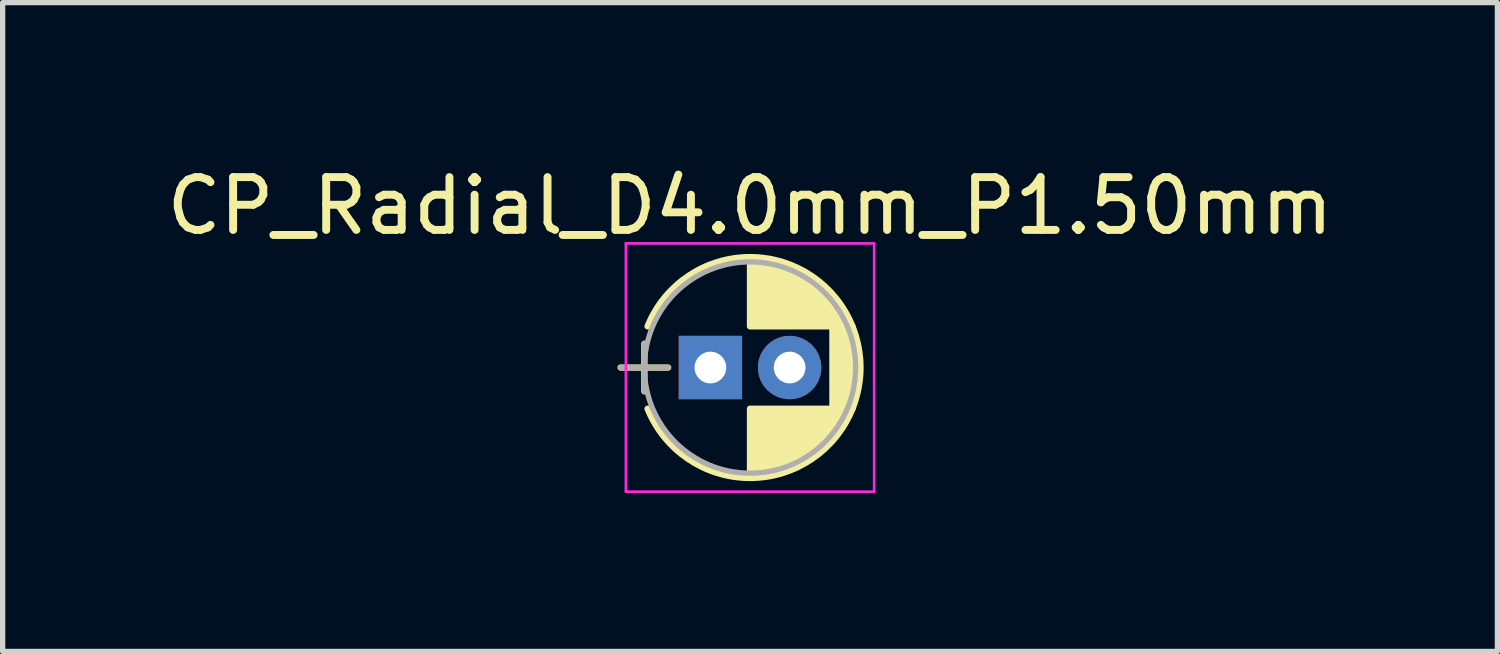
<source format=kicad_pcb>
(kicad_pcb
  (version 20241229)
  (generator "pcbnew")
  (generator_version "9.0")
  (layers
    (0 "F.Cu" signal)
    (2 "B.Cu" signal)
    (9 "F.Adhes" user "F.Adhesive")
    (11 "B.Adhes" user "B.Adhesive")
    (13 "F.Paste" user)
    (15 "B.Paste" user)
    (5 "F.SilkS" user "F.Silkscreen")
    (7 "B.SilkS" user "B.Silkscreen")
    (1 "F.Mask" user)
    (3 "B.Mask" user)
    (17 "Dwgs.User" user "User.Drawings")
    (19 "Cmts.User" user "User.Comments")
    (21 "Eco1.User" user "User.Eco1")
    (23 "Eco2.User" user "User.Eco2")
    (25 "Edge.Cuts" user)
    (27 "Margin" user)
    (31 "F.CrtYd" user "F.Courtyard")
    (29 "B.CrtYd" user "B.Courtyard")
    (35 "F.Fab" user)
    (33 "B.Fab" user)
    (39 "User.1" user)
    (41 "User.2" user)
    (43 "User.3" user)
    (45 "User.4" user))
  (footprint "CP_Radial_D4.0mm_P1.50mm"
    (layer "F.Cu")
    (at 10.399 3.908)
    (property "Reference" "CP_Radial_D4.0mm_P1.50mm" (at 0.75 -3.06 0) (layer "F.SilkS") (effects (font (size 1 1) (thickness 0.15))))
    (attr through_hole)
    (fp_line (start -1.7 0) (end -0.8 0) (stroke (width 0.12) (type solid)) (layer "F.SilkS"))
    (fp_line (start -1.25 -0.45) (end -1.25 0.45) (stroke (width 0.12) (type solid)) (layer "F.SilkS"))
    (fp_line (start 0.75 -2.05) (end 0.75 -0.78) (stroke (width 0.12) (type solid)) (layer "F.SilkS"))
    (fp_line (start 0.75 0.78) (end 0.75 2.05) (stroke (width 0.12) (type solid)) (layer "F.SilkS"))
    (fp_line (start 0.79 -2.05) (end 0.79 -0.78) (stroke (width 0.12) (type solid)) (layer "F.SilkS"))
    (fp_line (start 0.79 0.78) (end 0.79 2.05) (stroke (width 0.12) (type solid)) (layer "F.SilkS"))
    (fp_line (start 0.83 -2.049) (end 0.83 -0.78) (stroke (width 0.12) (type solid)) (layer "F.SilkS"))
    (fp_line (start 0.83 0.78) (end 0.83 2.049) (stroke (width 0.12) (type solid)) (layer "F.SilkS"))
    (fp_line (start 0.87 -2.047) (end 0.87 -0.78) (stroke (width 0.12) (type solid)) (layer "F.SilkS"))
    (fp_line (start 0.87 0.78) (end 0.87 2.047) (stroke (width 0.12) (type solid)) (layer "F.SilkS"))
    (fp_line (start 0.91 -2.044) (end 0.91 -0.78) (stroke (width 0.12) (type solid)) (layer "F.SilkS"))
    (fp_line (start 0.91 0.78) (end 0.91 2.044) (stroke (width 0.12) (type solid)) (layer "F.SilkS"))
    (fp_line (start 0.95 -2.041) (end 0.95 -0.78) (stroke (width 0.12) (type solid)) (layer "F.SilkS"))
    (fp_line (start 0.95 0.78) (end 0.95 2.041) (stroke (width 0.12) (type solid)) (layer "F.SilkS"))
    (fp_line (start 0.99 -2.037) (end 0.99 -0.78) (stroke (width 0.12) (type solid)) (layer "F.SilkS"))
    (fp_line (start 0.99 0.78) (end 0.99 2.037) (stroke (width 0.12) (type solid)) (layer "F.SilkS"))
    (fp_line (start 1.03 -2.032) (end 1.03 -0.78) (stroke (width 0.12) (type solid)) (layer "F.SilkS"))
    (fp_line (start 1.03 0.78) (end 1.03 2.032) (stroke (width 0.12) (type solid)) (layer "F.SilkS"))
    (fp_line (start 1.07 -2.026) (end 1.07 -0.78) (stroke (width 0.12) (type solid)) (layer "F.SilkS"))
    (fp_line (start 1.07 0.78) (end 1.07 2.026) (stroke (width 0.12) (type solid)) (layer "F.SilkS"))
    (fp_line (start 1.11 -2.019) (end 1.11 -0.78) (stroke (width 0.12) (type solid)) (layer "F.SilkS"))
    (fp_line (start 1.11 0.78) (end 1.11 2.019) (stroke (width 0.12) (type solid)) (layer "F.SilkS"))
    (fp_line (start 1.15 -2.012) (end 1.15 -0.78) (stroke (width 0.12) (type solid)) (layer "F.SilkS"))
    (fp_line (start 1.15 0.78) (end 1.15 2.012) (stroke (width 0.12) (type solid)) (layer "F.SilkS"))
    (fp_line (start 1.19 -2.004) (end 1.19 -0.78) (stroke (width 0.12) (type solid)) (layer "F.SilkS"))
    (fp_line (start 1.19 0.78) (end 1.19 2.004) (stroke (width 0.12) (type solid)) (layer "F.SilkS"))
    (fp_line (start 1.23 -1.995) (end 1.23 -0.78) (stroke (width 0.12) (type solid)) (layer "F.SilkS"))
    (fp_line (start 1.23 0.78) (end 1.23 1.995) (stroke (width 0.12) (type solid)) (layer "F.SilkS"))
    (fp_line (start 1.27 -1.985) (end 1.27 -0.78) (stroke (width 0.12) (type solid)) (layer "F.SilkS"))
    (fp_line (start 1.27 0.78) (end 1.27 1.985) (stroke (width 0.12) (type solid)) (layer "F.SilkS"))
    (fp_line (start 1.31 -1.974) (end 1.31 -0.78) (stroke (width 0.12) (type solid)) (layer "F.SilkS"))
    (fp_line (start 1.31 0.78) (end 1.31 1.974) (stroke (width 0.12) (type solid)) (layer "F.SilkS"))
    (fp_line (start 1.35 -1.963) (end 1.35 -0.78) (stroke (width 0.12) (type solid)) (layer "F.SilkS"))
    (fp_line (start 1.35 0.78) (end 1.35 1.963) (stroke (width 0.12) (type solid)) (layer "F.SilkS"))
    (fp_line (start 1.39 -1.95) (end 1.39 -0.78) (stroke (width 0.12) (type solid)) (layer "F.SilkS"))
    (fp_line (start 1.39 0.78) (end 1.39 1.95) (stroke (width 0.12) (type solid)) (layer "F.SilkS"))
    (fp_line (start 1.43 -1.937) (end 1.43 -0.78) (stroke (width 0.12) (type solid)) (layer "F.SilkS"))
    (fp_line (start 1.43 0.78) (end 1.43 1.937) (stroke (width 0.12) (type solid)) (layer "F.SilkS"))
    (fp_line (start 1.471 -1.923) (end 1.471 -0.78) (stroke (width 0.12) (type solid)) (layer "F.SilkS"))
    (fp_line (start 1.471 0.78) (end 1.471 1.923) (stroke (width 0.12) (type solid)) (layer "F.SilkS"))
    (fp_line (start 1.511 -1.907) (end 1.511 -0.78) (stroke (width 0.12) (type solid)) (layer "F.SilkS"))
    (fp_line (start 1.511 0.78) (end 1.511 1.907) (stroke (width 0.12) (type solid)) (layer "F.SilkS"))
    (fp_line (start 1.551 -1.891) (end 1.551 -0.78) (stroke (width 0.12) (type solid)) (layer "F.SilkS"))
    (fp_line (start 1.551 0.78) (end 1.551 1.891) (stroke (width 0.12) (type solid)) (layer "F.SilkS"))
    (fp_line (start 1.591 -1.874) (end 1.591 -0.78) (stroke (width 0.12) (type solid)) (layer "F.SilkS"))
    (fp_line (start 1.591 0.78) (end 1.591 1.874) (stroke (width 0.12) (type solid)) (layer "F.SilkS"))
    (fp_line (start 1.631 -1.856) (end 1.631 -0.78) (stroke (width 0.12) (type solid)) (layer "F.SilkS"))
    (fp_line (start 1.631 0.78) (end 1.631 1.856) (stroke (width 0.12) (type solid)) (layer "F.SilkS"))
    (fp_line (start 1.671 -1.837) (end 1.671 -0.78) (stroke (width 0.12) (type solid)) (layer "F.SilkS"))
    (fp_line (start 1.671 0.78) (end 1.671 1.837) (stroke (width 0.12) (type solid)) (layer "F.SilkS"))
    (fp_line (start 1.711 -1.817) (end 1.711 -0.78) (stroke (width 0.12) (type solid)) (layer "F.SilkS"))
    (fp_line (start 1.711 0.78) (end 1.711 1.817) (stroke (width 0.12) (type solid)) (layer "F.SilkS"))
    (fp_line (start 1.751 -1.796) (end 1.751 -0.78) (stroke (width 0.12) (type solid)) (layer "F.SilkS"))
    (fp_line (start 1.751 0.78) (end 1.751 1.796) (stroke (width 0.12) (type solid)) (layer "F.SilkS"))
    (fp_line (start 1.791 -1.773) (end 1.791 -0.78) (stroke (width 0.12) (type solid)) (layer "F.SilkS"))
    (fp_line (start 1.791 0.78) (end 1.791 1.773) (stroke (width 0.12) (type solid)) (layer "F.SilkS"))
    (fp_line (start 1.831 -1.75) (end 1.831 -0.78) (stroke (width 0.12) (type solid)) (layer "F.SilkS"))
    (fp_line (start 1.831 0.78) (end 1.831 1.75) (stroke (width 0.12) (type solid)) (layer "F.SilkS"))
    (fp_line (start 1.871 -1.725) (end 1.871 -0.78) (stroke (width 0.12) (type solid)) (layer "F.SilkS"))
    (fp_line (start 1.871 0.78) (end 1.871 1.725) (stroke (width 0.12) (type solid)) (layer "F.SilkS"))
    (fp_line (start 1.911 -1.699) (end 1.911 -0.78) (stroke (width 0.12) (type solid)) (layer "F.SilkS"))
    (fp_line (start 1.911 0.78) (end 1.911 1.699) (stroke (width 0.12) (type solid)) (layer "F.SilkS"))
    (fp_line (start 1.951 -1.672) (end 1.951 -0.78) (stroke (width 0.12) (type solid)) (layer "F.SilkS"))
    (fp_line (start 1.951 0.78) (end 1.951 1.672) (stroke (width 0.12) (type solid)) (layer "F.SilkS"))
    (fp_line (start 1.991 -1.643) (end 1.991 -0.78) (stroke (width 0.12) (type solid)) (layer "F.SilkS"))
    (fp_line (start 1.991 0.78) (end 1.991 1.643) (stroke (width 0.12) (type solid)) (layer "F.SilkS"))
    (fp_line (start 2.031 -1.613) (end 2.031 -0.78) (stroke (width 0.12) (type solid)) (layer "F.SilkS"))
    (fp_line (start 2.031 0.78) (end 2.031 1.613) (stroke (width 0.12) (type solid)) (layer "F.SilkS"))
    (fp_line (start 2.071 -1.581) (end 2.071 -0.78) (stroke (width 0.12) (type solid)) (layer "F.SilkS"))
    (fp_line (start 2.071 0.78) (end 2.071 1.581) (stroke (width 0.12) (type solid)) (layer "F.SilkS"))
    (fp_line (start 2.111 -1.547) (end 2.111 -0.78) (stroke (width 0.12) (type solid)) (layer "F.SilkS"))
    (fp_line (start 2.111 0.78) (end 2.111 1.547) (stroke (width 0.12) (type solid)) (layer "F.SilkS"))
    (fp_line (start 2.151 -1.512) (end 2.151 -0.78) (stroke (width 0.12) (type solid)) (layer "F.SilkS"))
    (fp_line (start 2.151 0.78) (end 2.151 1.512) (stroke (width 0.12) (type solid)) (layer "F.SilkS"))
    (fp_line (start 2.191 -1.475) (end 2.191 -0.78) (stroke (width 0.12) (type solid)) (layer "F.SilkS"))
    (fp_line (start 2.191 0.78) (end 2.191 1.475) (stroke (width 0.12) (type solid)) (layer "F.SilkS"))
    (fp_line (start 2.231 -1.436) (end 2.231 -0.78) (stroke (width 0.12) (type solid)) (layer "F.SilkS"))
    (fp_line (start 2.231 0.78) (end 2.231 1.436) (stroke (width 0.12) (type solid)) (layer "F.SilkS"))
    (fp_line (start 2.271 -1.395) (end 2.271 -0.78) (stroke (width 0.12) (type solid)) (layer "F.SilkS"))
    (fp_line (start 2.271 0.78) (end 2.271 1.395) (stroke (width 0.12) (type solid)) (layer "F.SilkS"))
    (fp_line (start 2.311 -1.351) (end 2.311 1.351) (stroke (width 0.12) (type solid)) (layer "F.SilkS"))
    (fp_line (start 2.351 -1.305) (end 2.351 1.305) (stroke (width 0.12) (type solid)) (layer "F.SilkS"))
    (fp_line (start 2.391 -1.256) (end 2.391 1.256) (stroke (width 0.12) (type solid)) (layer "F.SilkS"))
    (fp_line (start 2.431 -1.204) (end 2.431 1.204) (stroke (width 0.12) (type solid)) (layer "F.SilkS"))
    (fp_line (start 2.471 -1.148) (end 2.471 1.148) (stroke (width 0.12) (type solid)) (layer "F.SilkS"))
    (fp_line (start 2.511 -1.088) (end 2.511 1.088) (stroke (width 0.12) (type solid)) (layer "F.SilkS"))
    (fp_line (start 2.551 -1.023) (end 2.551 1.023) (stroke (width 0.12) (type solid)) (layer "F.SilkS"))
    (fp_line (start 2.591 -0.952) (end 2.591 0.952) (stroke (width 0.12) (type solid)) (layer "F.SilkS"))
    (fp_line (start 2.631 -0.874) (end 2.631 0.874) (stroke (width 0.12) (type solid)) (layer "F.SilkS"))
    (fp_line (start 2.671 -0.786) (end 2.671 0.786) (stroke (width 0.12) (type solid)) (layer "F.SilkS"))
    (fp_line (start 2.711 -0.686) (end 2.711 0.686) (stroke (width 0.12) (type solid)) (layer "F.SilkS"))
    (fp_line (start 2.751 -0.567) (end 2.751 0.567) (stroke (width 0.12) (type solid)) (layer "F.SilkS"))
    (fp_line (start 2.791 -0.415) (end 2.791 0.415) (stroke (width 0.12) (type solid)) (layer "F.SilkS"))
    (fp_line (start 2.831 -0.165) (end 2.831 0.165) (stroke (width 0.12) (type solid)) (layer "F.SilkS"))
    (fp_arc (start -1.188995 -0.78) (mid 0.750491 -2.09) (end 2.689361 -0.779089) (stroke (width 0.12) (type solid)) (layer "F.SilkS"))
    (fp_arc (start 2.688995 -0.78) (mid 2.84 -0.000491) (end 2.689361 0.779089) (stroke (width 0.12) (type solid)) (layer "F.SilkS"))
    (fp_arc (start 2.689361 0.779089) (mid 0.750491 2.09) (end -1.188995 0.78) (stroke (width 0.12) (type solid)) (layer "F.SilkS"))
    (fp_line (start -1.6 -2.35) (end -1.6 2.35) (stroke (width 0.05) (type solid)) (layer "F.CrtYd"))
    (fp_line (start -1.6 2.35) (end 3.1 2.35) (stroke (width 0.05) (type solid)) (layer "F.CrtYd"))
    (fp_line (start 3.1 -2.35) (end -1.6 -2.35) (stroke (width 0.05) (type solid)) (layer "F.CrtYd"))
    (fp_line (start 3.1 2.35) (end 3.1 -2.35) (stroke (width 0.05) (type solid)) (layer "F.CrtYd"))
    (fp_line (start -1.7 0) (end -0.8 0) (stroke (width 0.1) (type solid)) (layer "F.Fab"))
    (fp_line (start -1.25 -0.45) (end -1.25 0.45) (stroke (width 0.1) (type solid)) (layer "F.Fab"))
    (fp_circle (center 0.75 0) (end 2.75 0) (stroke (width 0.1) (type solid)) (fill no) (layer "F.Fab"))
    (pad "1" thru_hole rect (at 0 0) (size 1.2 1.2) (drill 0.6) (layers "*.Cu" "*.Mask"))
    (pad "2" thru_hole circle (at 1.5 0) (size 1.2 1.2) (drill 0.6) (layers "*.Cu" "*.Mask")))
  (gr_rect
    (start -3 -3)
    (end 25.298 9.283)
    (stroke (width 0.1) (type default))
    (fill no)
    (layer "Edge.Cuts")))
</source>
